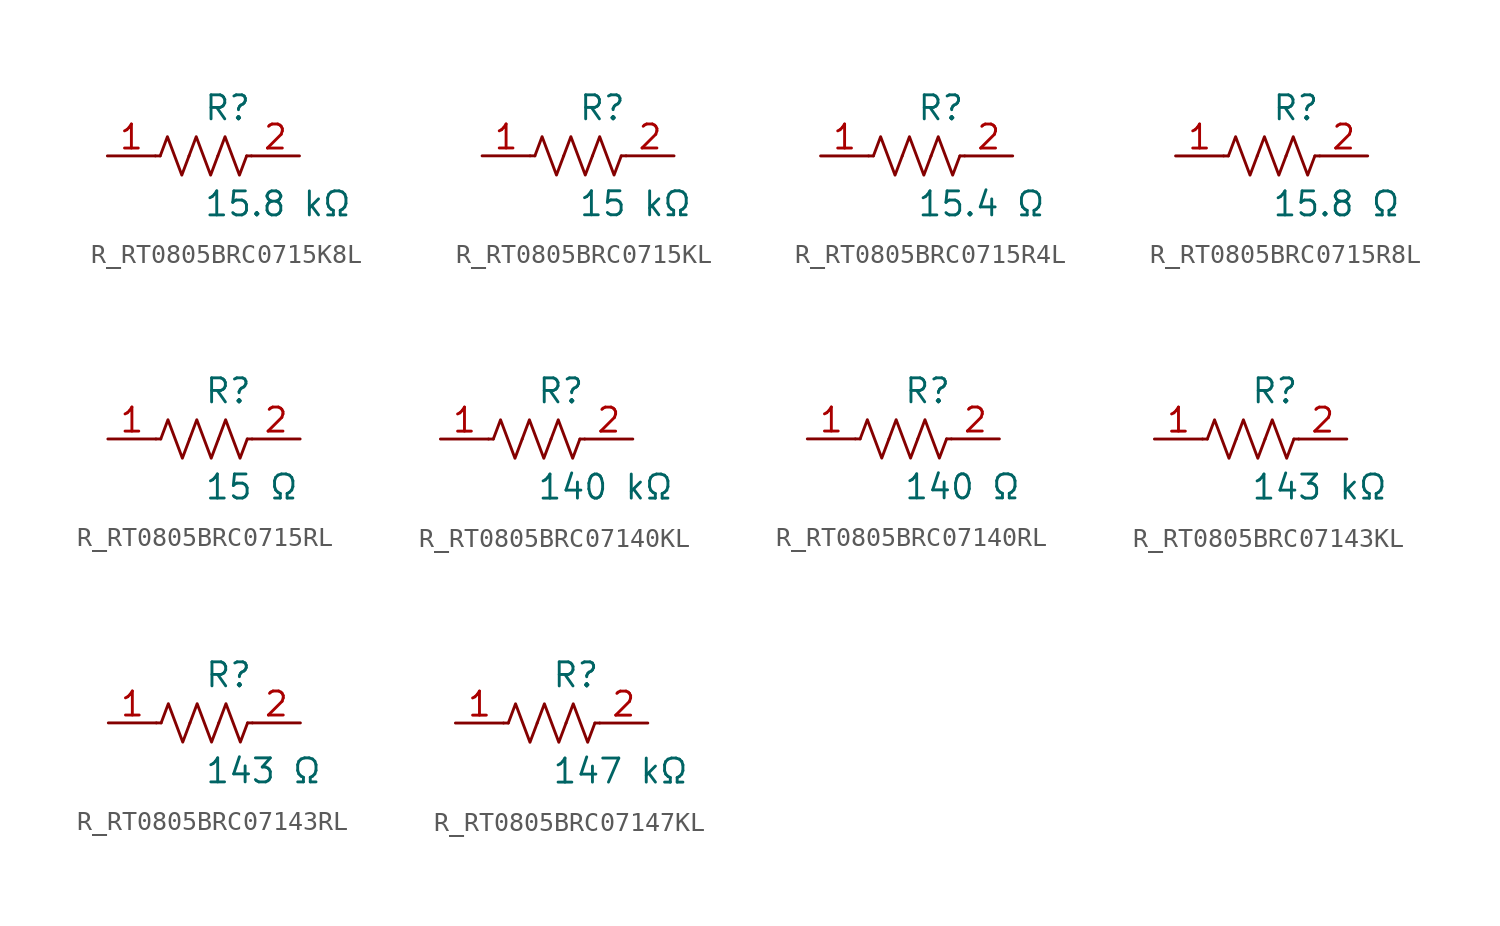
<source format=kicad_sym>
(kicad_symbol_lib
  (version 20231120)
  (generator kicad_symbol_editor)
  (generator_version 8.0)
  (symbol "R_RT0805BRC0715K8L"
    (pin_names
      (offset 0.254))
    (property "Reference" "R"
      (at 0 2.54 0)
      (effects (font (size 1.27 1.27)) (justify left)))
    (property "Value" "15.8 kΩ"
      (at 0 -2.54 0)
      (effects (font (size 1.27 1.27)) (justify left)))
    (symbol "R_RT0805BRC0715K8L_0_1"
      (polyline (pts (xy 2.286 0) (xy 2.54 0)) (stroke (width 0) (type default)) (fill (type none)))
      (polyline (pts (xy -2.286 0) (xy -2.54 0)) (stroke (width 0) (type default)) (fill (type none)))
      (polyline (pts (xy 0.762 0) (xy 1.143 1.016) (xy 1.524 0) (xy 1.905 -1.016) (xy 2.286 0)) (stroke (width 0) (type default)) (fill (type none)))
      (polyline (pts (xy -0.762 0) (xy -0.381 1.016) (xy 0 0) (xy 0.381 -1.016) (xy 0.762 0)) (stroke (width 0) (type default)) (fill (type none)))
      (polyline (pts (xy -2.286 0) (xy -1.905 1.016) (xy -1.524 0) (xy -1.143 -1.016) (xy -0.762 0)) (stroke (width 0) (type default)) (fill (type none))))
    (pin unspecified line
      (at -5.08 0 0)
      (length 2.54)
      (name "" (effects (font (size 1.27 1.27))))
      (number "1" (effects (font (size 1.27 1.27)))))
    (pin unspecified line
      (at 5.08 0 180)
      (length 2.54)
      (name "" (effects (font (size 1.27 1.27))))
      (number "2" (effects (font (size 1.27 1.27))))))
  (symbol "R_RT0805BRC0715KL"
    (pin_names
      (offset 0.254))
    (property "Reference" "R"
      (at 0 2.54 0)
      (effects (font (size 1.27 1.27)) (justify left)))
    (property "Value" "15 kΩ"
      (at 0 -2.54 0)
      (effects (font (size 1.27 1.27)) (justify left)))
    (symbol "R_RT0805BRC0715KL_0_1"
      (polyline (pts (xy 2.286 0) (xy 2.54 0)) (stroke (width 0) (type default)) (fill (type none)))
      (polyline (pts (xy -2.286 0) (xy -2.54 0)) (stroke (width 0) (type default)) (fill (type none)))
      (polyline (pts (xy 0.762 0) (xy 1.143 1.016) (xy 1.524 0) (xy 1.905 -1.016) (xy 2.286 0)) (stroke (width 0) (type default)) (fill (type none)))
      (polyline (pts (xy -0.762 0) (xy -0.381 1.016) (xy 0 0) (xy 0.381 -1.016) (xy 0.762 0)) (stroke (width 0) (type default)) (fill (type none)))
      (polyline (pts (xy -2.286 0) (xy -1.905 1.016) (xy -1.524 0) (xy -1.143 -1.016) (xy -0.762 0)) (stroke (width 0) (type default)) (fill (type none))))
    (pin unspecified line
      (at -5.08 0 0)
      (length 2.54)
      (name "" (effects (font (size 1.27 1.27))))
      (number "1" (effects (font (size 1.27 1.27)))))
    (pin unspecified line
      (at 5.08 0 180)
      (length 2.54)
      (name "" (effects (font (size 1.27 1.27))))
      (number "2" (effects (font (size 1.27 1.27))))))
  (symbol "R_RT0805BRC0715R4L"
    (pin_names
      (offset 0.254))
    (property "Reference" "R"
      (at 0 2.54 0)
      (effects (font (size 1.27 1.27)) (justify left)))
    (property "Value" "15.4 Ω"
      (at 0 -2.54 0)
      (effects (font (size 1.27 1.27)) (justify left)))
    (symbol "R_RT0805BRC0715R4L_0_1"
      (polyline (pts (xy 2.286 0) (xy 2.54 0)) (stroke (width 0) (type default)) (fill (type none)))
      (polyline (pts (xy -2.286 0) (xy -2.54 0)) (stroke (width 0) (type default)) (fill (type none)))
      (polyline (pts (xy 0.762 0) (xy 1.143 1.016) (xy 1.524 0) (xy 1.905 -1.016) (xy 2.286 0)) (stroke (width 0) (type default)) (fill (type none)))
      (polyline (pts (xy -0.762 0) (xy -0.381 1.016) (xy 0 0) (xy 0.381 -1.016) (xy 0.762 0)) (stroke (width 0) (type default)) (fill (type none)))
      (polyline (pts (xy -2.286 0) (xy -1.905 1.016) (xy -1.524 0) (xy -1.143 -1.016) (xy -0.762 0)) (stroke (width 0) (type default)) (fill (type none))))
    (pin unspecified line
      (at -5.08 0 0)
      (length 2.54)
      (name "" (effects (font (size 1.27 1.27))))
      (number "1" (effects (font (size 1.27 1.27)))))
    (pin unspecified line
      (at 5.08 0 180)
      (length 2.54)
      (name "" (effects (font (size 1.27 1.27))))
      (number "2" (effects (font (size 1.27 1.27))))))
  (symbol "R_RT0805BRC0715R8L"
    (pin_names
      (offset 0.254))
    (property "Reference" "R"
      (at 0 2.54 0)
      (effects (font (size 1.27 1.27)) (justify left)))
    (property "Value" "15.8 Ω"
      (at 0 -2.54 0)
      (effects (font (size 1.27 1.27)) (justify left)))
    (symbol "R_RT0805BRC0715R8L_0_1"
      (polyline (pts (xy 2.286 0) (xy 2.54 0)) (stroke (width 0) (type default)) (fill (type none)))
      (polyline (pts (xy -2.286 0) (xy -2.54 0)) (stroke (width 0) (type default)) (fill (type none)))
      (polyline (pts (xy 0.762 0) (xy 1.143 1.016) (xy 1.524 0) (xy 1.905 -1.016) (xy 2.286 0)) (stroke (width 0) (type default)) (fill (type none)))
      (polyline (pts (xy -0.762 0) (xy -0.381 1.016) (xy 0 0) (xy 0.381 -1.016) (xy 0.762 0)) (stroke (width 0) (type default)) (fill (type none)))
      (polyline (pts (xy -2.286 0) (xy -1.905 1.016) (xy -1.524 0) (xy -1.143 -1.016) (xy -0.762 0)) (stroke (width 0) (type default)) (fill (type none))))
    (pin unspecified line
      (at -5.08 0 0)
      (length 2.54)
      (name "" (effects (font (size 1.27 1.27))))
      (number "1" (effects (font (size 1.27 1.27)))))
    (pin unspecified line
      (at 5.08 0 180)
      (length 2.54)
      (name "" (effects (font (size 1.27 1.27))))
      (number "2" (effects (font (size 1.27 1.27))))))
  (symbol "R_RT0805BRC0715RL"
    (pin_names
      (offset 0.254))
    (property "Reference" "R"
      (at 0 2.54 0)
      (effects (font (size 1.27 1.27)) (justify left)))
    (property "Value" "15 Ω"
      (at 0 -2.54 0)
      (effects (font (size 1.27 1.27)) (justify left)))
    (symbol "R_RT0805BRC0715RL_0_1"
      (polyline (pts (xy 2.286 0) (xy 2.54 0)) (stroke (width 0) (type default)) (fill (type none)))
      (polyline (pts (xy -2.286 0) (xy -2.54 0)) (stroke (width 0) (type default)) (fill (type none)))
      (polyline (pts (xy 0.762 0) (xy 1.143 1.016) (xy 1.524 0) (xy 1.905 -1.016) (xy 2.286 0)) (stroke (width 0) (type default)) (fill (type none)))
      (polyline (pts (xy -0.762 0) (xy -0.381 1.016) (xy 0 0) (xy 0.381 -1.016) (xy 0.762 0)) (stroke (width 0) (type default)) (fill (type none)))
      (polyline (pts (xy -2.286 0) (xy -1.905 1.016) (xy -1.524 0) (xy -1.143 -1.016) (xy -0.762 0)) (stroke (width 0) (type default)) (fill (type none))))
    (pin unspecified line
      (at -5.08 0 0)
      (length 2.54)
      (name "" (effects (font (size 1.27 1.27))))
      (number "1" (effects (font (size 1.27 1.27)))))
    (pin unspecified line
      (at 5.08 0 180)
      (length 2.54)
      (name "" (effects (font (size 1.27 1.27))))
      (number "2" (effects (font (size 1.27 1.27))))))
  (symbol "R_RT0805BRC07140KL"
    (pin_names
      (offset 0.254))
    (property "Reference" "R"
      (at 0 2.54 0)
      (effects (font (size 1.27 1.27)) (justify left)))
    (property "Value" "140 kΩ"
      (at 0 -2.54 0)
      (effects (font (size 1.27 1.27)) (justify left)))
    (symbol "R_RT0805BRC07140KL_0_1"
      (polyline (pts (xy 2.286 0) (xy 2.54 0)) (stroke (width 0) (type default)) (fill (type none)))
      (polyline (pts (xy -2.286 0) (xy -2.54 0)) (stroke (width 0) (type default)) (fill (type none)))
      (polyline (pts (xy 0.762 0) (xy 1.143 1.016) (xy 1.524 0) (xy 1.905 -1.016) (xy 2.286 0)) (stroke (width 0) (type default)) (fill (type none)))
      (polyline (pts (xy -0.762 0) (xy -0.381 1.016) (xy 0 0) (xy 0.381 -1.016) (xy 0.762 0)) (stroke (width 0) (type default)) (fill (type none)))
      (polyline (pts (xy -2.286 0) (xy -1.905 1.016) (xy -1.524 0) (xy -1.143 -1.016) (xy -0.762 0)) (stroke (width 0) (type default)) (fill (type none))))
    (pin unspecified line
      (at -5.08 0 0)
      (length 2.54)
      (name "" (effects (font (size 1.27 1.27))))
      (number "1" (effects (font (size 1.27 1.27)))))
    (pin unspecified line
      (at 5.08 0 180)
      (length 2.54)
      (name "" (effects (font (size 1.27 1.27))))
      (number "2" (effects (font (size 1.27 1.27))))))
  (symbol "R_RT0805BRC07140RL"
    (pin_names
      (offset 0.254))
    (property "Reference" "R"
      (at 0 2.54 0)
      (effects (font (size 1.27 1.27)) (justify left)))
    (property "Value" "140 Ω"
      (at 0 -2.54 0)
      (effects (font (size 1.27 1.27)) (justify left)))
    (symbol "R_RT0805BRC07140RL_0_1"
      (polyline (pts (xy 2.286 0) (xy 2.54 0)) (stroke (width 0) (type default)) (fill (type none)))
      (polyline (pts (xy -2.286 0) (xy -2.54 0)) (stroke (width 0) (type default)) (fill (type none)))
      (polyline (pts (xy 0.762 0) (xy 1.143 1.016) (xy 1.524 0) (xy 1.905 -1.016) (xy 2.286 0)) (stroke (width 0) (type default)) (fill (type none)))
      (polyline (pts (xy -0.762 0) (xy -0.381 1.016) (xy 0 0) (xy 0.381 -1.016) (xy 0.762 0)) (stroke (width 0) (type default)) (fill (type none)))
      (polyline (pts (xy -2.286 0) (xy -1.905 1.016) (xy -1.524 0) (xy -1.143 -1.016) (xy -0.762 0)) (stroke (width 0) (type default)) (fill (type none))))
    (pin unspecified line
      (at -5.08 0 0)
      (length 2.54)
      (name "" (effects (font (size 1.27 1.27))))
      (number "1" (effects (font (size 1.27 1.27)))))
    (pin unspecified line
      (at 5.08 0 180)
      (length 2.54)
      (name "" (effects (font (size 1.27 1.27))))
      (number "2" (effects (font (size 1.27 1.27))))))
  (symbol "R_RT0805BRC07143KL"
    (pin_names
      (offset 0.254))
    (property "Reference" "R"
      (at 0 2.54 0)
      (effects (font (size 1.27 1.27)) (justify left)))
    (property "Value" "143 kΩ"
      (at 0 -2.54 0)
      (effects (font (size 1.27 1.27)) (justify left)))
    (symbol "R_RT0805BRC07143KL_0_1"
      (polyline (pts (xy 2.286 0) (xy 2.54 0)) (stroke (width 0) (type default)) (fill (type none)))
      (polyline (pts (xy -2.286 0) (xy -2.54 0)) (stroke (width 0) (type default)) (fill (type none)))
      (polyline (pts (xy 0.762 0) (xy 1.143 1.016) (xy 1.524 0) (xy 1.905 -1.016) (xy 2.286 0)) (stroke (width 0) (type default)) (fill (type none)))
      (polyline (pts (xy -0.762 0) (xy -0.381 1.016) (xy 0 0) (xy 0.381 -1.016) (xy 0.762 0)) (stroke (width 0) (type default)) (fill (type none)))
      (polyline (pts (xy -2.286 0) (xy -1.905 1.016) (xy -1.524 0) (xy -1.143 -1.016) (xy -0.762 0)) (stroke (width 0) (type default)) (fill (type none))))
    (pin unspecified line
      (at -5.08 0 0)
      (length 2.54)
      (name "" (effects (font (size 1.27 1.27))))
      (number "1" (effects (font (size 1.27 1.27)))))
    (pin unspecified line
      (at 5.08 0 180)
      (length 2.54)
      (name "" (effects (font (size 1.27 1.27))))
      (number "2" (effects (font (size 1.27 1.27))))))
  (symbol "R_RT0805BRC07143RL"
    (pin_names
      (offset 0.254))
    (property "Reference" "R"
      (at 0 2.54 0)
      (effects (font (size 1.27 1.27)) (justify left)))
    (property "Value" "143 Ω"
      (at 0 -2.54 0)
      (effects (font (size 1.27 1.27)) (justify left)))
    (symbol "R_RT0805BRC07143RL_0_1"
      (polyline (pts (xy 2.286 0) (xy 2.54 0)) (stroke (width 0) (type default)) (fill (type none)))
      (polyline (pts (xy -2.286 0) (xy -2.54 0)) (stroke (width 0) (type default)) (fill (type none)))
      (polyline (pts (xy 0.762 0) (xy 1.143 1.016) (xy 1.524 0) (xy 1.905 -1.016) (xy 2.286 0)) (stroke (width 0) (type default)) (fill (type none)))
      (polyline (pts (xy -0.762 0) (xy -0.381 1.016) (xy 0 0) (xy 0.381 -1.016) (xy 0.762 0)) (stroke (width 0) (type default)) (fill (type none)))
      (polyline (pts (xy -2.286 0) (xy -1.905 1.016) (xy -1.524 0) (xy -1.143 -1.016) (xy -0.762 0)) (stroke (width 0) (type default)) (fill (type none))))
    (pin unspecified line
      (at -5.08 0 0)
      (length 2.54)
      (name "" (effects (font (size 1.27 1.27))))
      (number "1" (effects (font (size 1.27 1.27)))))
    (pin unspecified line
      (at 5.08 0 180)
      (length 2.54)
      (name "" (effects (font (size 1.27 1.27))))
      (number "2" (effects (font (size 1.27 1.27))))))
  (symbol "R_RT0805BRC07147KL"
    (pin_names
      (offset 0.254))
    (property "Reference" "R"
      (at 0 2.54 0)
      (effects (font (size 1.27 1.27)) (justify left)))
    (property "Value" "147 kΩ"
      (at 0 -2.54 0)
      (effects (font (size 1.27 1.27)) (justify left)))
    (symbol "R_RT0805BRC07147KL_0_1"
      (polyline (pts (xy 2.286 0) (xy 2.54 0)) (stroke (width 0) (type default)) (fill (type none)))
      (polyline (pts (xy -2.286 0) (xy -2.54 0)) (stroke (width 0) (type default)) (fill (type none)))
      (polyline (pts (xy 0.762 0) (xy 1.143 1.016) (xy 1.524 0) (xy 1.905 -1.016) (xy 2.286 0)) (stroke (width 0) (type default)) (fill (type none)))
      (polyline (pts (xy -0.762 0) (xy -0.381 1.016) (xy 0 0) (xy 0.381 -1.016) (xy 0.762 0)) (stroke (width 0) (type default)) (fill (type none)))
      (polyline (pts (xy -2.286 0) (xy -1.905 1.016) (xy -1.524 0) (xy -1.143 -1.016) (xy -0.762 0)) (stroke (width 0) (type default)) (fill (type none))))
    (pin unspecified line
      (at -5.08 0 0)
      (length 2.54)
      (name "" (effects (font (size 1.27 1.27))))
      (number "1" (effects (font (size 1.27 1.27)))))
    (pin unspecified line
      (at 5.08 0 180)
      (length 2.54)
      (name "" (effects (font (size 1.27 1.27))))
      (number "2" (effects (font (size 1.27 1.27)))))))
</source>
